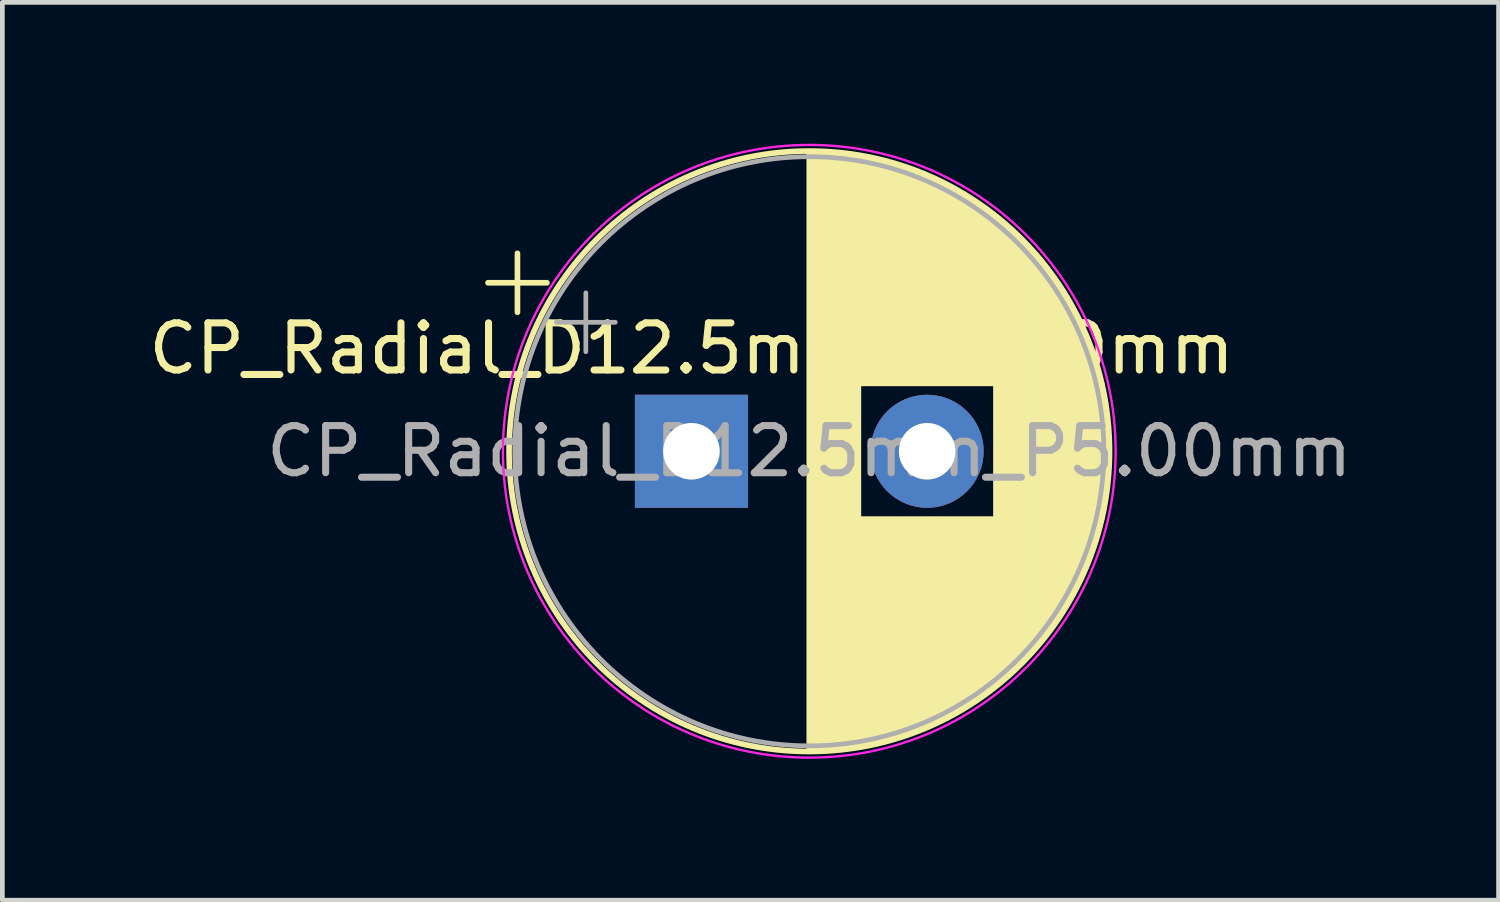
<source format=kicad_pcb>
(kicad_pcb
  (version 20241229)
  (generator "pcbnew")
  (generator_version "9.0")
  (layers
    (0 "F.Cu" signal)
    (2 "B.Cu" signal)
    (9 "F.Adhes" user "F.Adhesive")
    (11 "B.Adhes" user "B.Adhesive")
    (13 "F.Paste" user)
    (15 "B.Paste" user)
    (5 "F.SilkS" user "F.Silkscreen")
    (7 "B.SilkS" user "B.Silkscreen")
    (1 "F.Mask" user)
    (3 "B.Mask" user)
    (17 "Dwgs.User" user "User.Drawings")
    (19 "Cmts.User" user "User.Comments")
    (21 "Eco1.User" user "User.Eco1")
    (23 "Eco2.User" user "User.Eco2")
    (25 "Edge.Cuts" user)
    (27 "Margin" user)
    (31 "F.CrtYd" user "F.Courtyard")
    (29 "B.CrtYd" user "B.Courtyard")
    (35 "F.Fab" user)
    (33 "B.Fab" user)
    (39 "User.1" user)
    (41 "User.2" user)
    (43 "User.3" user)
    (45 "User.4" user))
  (footprint "CP_Radial_D12.5mm_P5.00mm"
    (layer "F.Cu")
    (at 11.621 6.525)
    (property "Reference" "CP_Radial_D12.5mm_P5.00mm" (at 0.004 -2.18 0) (layer "F.SilkS") (effects (font (size 1 1) (thickness 0.15))))
    (attr through_hole)
    (fp_line (start -4.317 -3.575) (end -3.067 -3.575) (stroke (width 0.12) (type solid)) (layer "F.SilkS"))
    (fp_line (start -3.692 -4.2) (end -3.692 -2.95) (stroke (width 0.12) (type solid)) (layer "F.SilkS"))
    (fp_line (start 2.5 -6.33) (end 2.5 6.33) (stroke (width 0.12) (type solid)) (layer "F.SilkS"))
    (fp_line (start 2.54 -6.33) (end 2.54 6.33) (stroke (width 0.12) (type solid)) (layer "F.SilkS"))
    (fp_line (start 2.58 -6.33) (end 2.58 6.33) (stroke (width 0.12) (type solid)) (layer "F.SilkS"))
    (fp_line (start 2.62 -6.329) (end 2.62 6.329) (stroke (width 0.12) (type solid)) (layer "F.SilkS"))
    (fp_line (start 2.66 -6.328) (end 2.66 6.328) (stroke (width 0.12) (type solid)) (layer "F.SilkS"))
    (fp_line (start 2.7 -6.327) (end 2.7 6.327) (stroke (width 0.12) (type solid)) (layer "F.SilkS"))
    (fp_line (start 2.74 -6.326) (end 2.74 6.326) (stroke (width 0.12) (type solid)) (layer "F.SilkS"))
    (fp_line (start 2.78 -6.324) (end 2.78 6.324) (stroke (width 0.12) (type solid)) (layer "F.SilkS"))
    (fp_line (start 2.82 -6.322) (end 2.82 6.322) (stroke (width 0.12) (type solid)) (layer "F.SilkS"))
    (fp_line (start 2.86 -6.32) (end 2.86 6.32) (stroke (width 0.12) (type solid)) (layer "F.SilkS"))
    (fp_line (start 2.9 -6.318) (end 2.9 6.318) (stroke (width 0.12) (type solid)) (layer "F.SilkS"))
    (fp_line (start 2.94 -6.315) (end 2.94 6.315) (stroke (width 0.12) (type solid)) (layer "F.SilkS"))
    (fp_line (start 2.98 -6.312) (end 2.98 6.312) (stroke (width 0.12) (type solid)) (layer "F.SilkS"))
    (fp_line (start 3.02 -6.309) (end 3.02 6.309) (stroke (width 0.12) (type solid)) (layer "F.SilkS"))
    (fp_line (start 3.06 -6.306) (end 3.06 6.306) (stroke (width 0.12) (type solid)) (layer "F.SilkS"))
    (fp_line (start 3.1 -6.302) (end 3.1 6.302) (stroke (width 0.12) (type solid)) (layer "F.SilkS"))
    (fp_line (start 3.14 -6.298) (end 3.14 6.298) (stroke (width 0.12) (type solid)) (layer "F.SilkS"))
    (fp_line (start 3.18 -6.294) (end 3.18 6.294) (stroke (width 0.12) (type solid)) (layer "F.SilkS"))
    (fp_line (start 3.221 -6.29) (end 3.221 6.29) (stroke (width 0.12) (type solid)) (layer "F.SilkS"))
    (fp_line (start 3.261 -6.285) (end 3.261 6.285) (stroke (width 0.12) (type solid)) (layer "F.SilkS"))
    (fp_line (start 3.301 -6.28) (end 3.301 6.28) (stroke (width 0.12) (type solid)) (layer "F.SilkS"))
    (fp_line (start 3.341 -6.275) (end 3.341 6.275) (stroke (width 0.12) (type solid)) (layer "F.SilkS"))
    (fp_line (start 3.381 -6.269) (end 3.381 6.269) (stroke (width 0.12) (type solid)) (layer "F.SilkS"))
    (fp_line (start 3.421 -6.264) (end 3.421 6.264) (stroke (width 0.12) (type solid)) (layer "F.SilkS"))
    (fp_line (start 3.461 -6.258) (end 3.461 6.258) (stroke (width 0.12) (type solid)) (layer "F.SilkS"))
    (fp_line (start 3.501 -6.252) (end 3.501 6.252) (stroke (width 0.12) (type solid)) (layer "F.SilkS"))
    (fp_line (start 3.541 -6.245) (end 3.541 6.245) (stroke (width 0.12) (type solid)) (layer "F.SilkS"))
    (fp_line (start 3.581 -6.238) (end 3.581 -1.44) (stroke (width 0.12) (type solid)) (layer "F.SilkS"))
    (fp_line (start 3.581 1.44) (end 3.581 6.238) (stroke (width 0.12) (type solid)) (layer "F.SilkS"))
    (fp_line (start 3.621 -6.231) (end 3.621 -1.44) (stroke (width 0.12) (type solid)) (layer "F.SilkS"))
    (fp_line (start 3.621 1.44) (end 3.621 6.231) (stroke (width 0.12) (type solid)) (layer "F.SilkS"))
    (fp_line (start 3.661 -6.224) (end 3.661 -1.44) (stroke (width 0.12) (type solid)) (layer "F.SilkS"))
    (fp_line (start 3.661 1.44) (end 3.661 6.224) (stroke (width 0.12) (type solid)) (layer "F.SilkS"))
    (fp_line (start 3.701 -6.216) (end 3.701 -1.44) (stroke (width 0.12) (type solid)) (layer "F.SilkS"))
    (fp_line (start 3.701 1.44) (end 3.701 6.216) (stroke (width 0.12) (type solid)) (layer "F.SilkS"))
    (fp_line (start 3.741 -6.209) (end 3.741 -1.44) (stroke (width 0.12) (type solid)) (layer "F.SilkS"))
    (fp_line (start 3.741 1.44) (end 3.741 6.209) (stroke (width 0.12) (type solid)) (layer "F.SilkS"))
    (fp_line (start 3.781 -6.201) (end 3.781 -1.44) (stroke (width 0.12) (type solid)) (layer "F.SilkS"))
    (fp_line (start 3.781 1.44) (end 3.781 6.201) (stroke (width 0.12) (type solid)) (layer "F.SilkS"))
    (fp_line (start 3.821 -6.192) (end 3.821 -1.44) (stroke (width 0.12) (type solid)) (layer "F.SilkS"))
    (fp_line (start 3.821 1.44) (end 3.821 6.192) (stroke (width 0.12) (type solid)) (layer "F.SilkS"))
    (fp_line (start 3.861 -6.184) (end 3.861 -1.44) (stroke (width 0.12) (type solid)) (layer "F.SilkS"))
    (fp_line (start 3.861 1.44) (end 3.861 6.184) (stroke (width 0.12) (type solid)) (layer "F.SilkS"))
    (fp_line (start 3.901 -6.175) (end 3.901 -1.44) (stroke (width 0.12) (type solid)) (layer "F.SilkS"))
    (fp_line (start 3.901 1.44) (end 3.901 6.175) (stroke (width 0.12) (type solid)) (layer "F.SilkS"))
    (fp_line (start 3.941 -6.166) (end 3.941 -1.44) (stroke (width 0.12) (type solid)) (layer "F.SilkS"))
    (fp_line (start 3.941 1.44) (end 3.941 6.166) (stroke (width 0.12) (type solid)) (layer "F.SilkS"))
    (fp_line (start 3.981 -6.156) (end 3.981 -1.44) (stroke (width 0.12) (type solid)) (layer "F.SilkS"))
    (fp_line (start 3.981 1.44) (end 3.981 6.156) (stroke (width 0.12) (type solid)) (layer "F.SilkS"))
    (fp_line (start 4.021 -6.146) (end 4.021 -1.44) (stroke (width 0.12) (type solid)) (layer "F.SilkS"))
    (fp_line (start 4.021 1.44) (end 4.021 6.146) (stroke (width 0.12) (type solid)) (layer "F.SilkS"))
    (fp_line (start 4.061 -6.137) (end 4.061 -1.44) (stroke (width 0.12) (type solid)) (layer "F.SilkS"))
    (fp_line (start 4.061 1.44) (end 4.061 6.137) (stroke (width 0.12) (type solid)) (layer "F.SilkS"))
    (fp_line (start 4.101 -6.126) (end 4.101 -1.44) (stroke (width 0.12) (type solid)) (layer "F.SilkS"))
    (fp_line (start 4.101 1.44) (end 4.101 6.126) (stroke (width 0.12) (type solid)) (layer "F.SilkS"))
    (fp_line (start 4.141 -6.116) (end 4.141 -1.44) (stroke (width 0.12) (type solid)) (layer "F.SilkS"))
    (fp_line (start 4.141 1.44) (end 4.141 6.116) (stroke (width 0.12) (type solid)) (layer "F.SilkS"))
    (fp_line (start 4.181 -6.105) (end 4.181 -1.44) (stroke (width 0.12) (type solid)) (layer "F.SilkS"))
    (fp_line (start 4.181 1.44) (end 4.181 6.105) (stroke (width 0.12) (type solid)) (layer "F.SilkS"))
    (fp_line (start 4.221 -6.094) (end 4.221 -1.44) (stroke (width 0.12) (type solid)) (layer "F.SilkS"))
    (fp_line (start 4.221 1.44) (end 4.221 6.094) (stroke (width 0.12) (type solid)) (layer "F.SilkS"))
    (fp_line (start 4.261 -6.083) (end 4.261 -1.44) (stroke (width 0.12) (type solid)) (layer "F.SilkS"))
    (fp_line (start 4.261 1.44) (end 4.261 6.083) (stroke (width 0.12) (type solid)) (layer "F.SilkS"))
    (fp_line (start 4.301 -6.071) (end 4.301 -1.44) (stroke (width 0.12) (type solid)) (layer "F.SilkS"))
    (fp_line (start 4.301 1.44) (end 4.301 6.071) (stroke (width 0.12) (type solid)) (layer "F.SilkS"))
    (fp_line (start 4.341 -6.059) (end 4.341 -1.44) (stroke (width 0.12) (type solid)) (layer "F.SilkS"))
    (fp_line (start 4.341 1.44) (end 4.341 6.059) (stroke (width 0.12) (type solid)) (layer "F.SilkS"))
    (fp_line (start 4.381 -6.047) (end 4.381 -1.44) (stroke (width 0.12) (type solid)) (layer "F.SilkS"))
    (fp_line (start 4.381 1.44) (end 4.381 6.047) (stroke (width 0.12) (type solid)) (layer "F.SilkS"))
    (fp_line (start 4.421 -6.034) (end 4.421 -1.44) (stroke (width 0.12) (type solid)) (layer "F.SilkS"))
    (fp_line (start 4.421 1.44) (end 4.421 6.034) (stroke (width 0.12) (type solid)) (layer "F.SilkS"))
    (fp_line (start 4.461 -6.021) (end 4.461 -1.44) (stroke (width 0.12) (type solid)) (layer "F.SilkS"))
    (fp_line (start 4.461 1.44) (end 4.461 6.021) (stroke (width 0.12) (type solid)) (layer "F.SilkS"))
    (fp_line (start 4.501 -6.008) (end 4.501 -1.44) (stroke (width 0.12) (type solid)) (layer "F.SilkS"))
    (fp_line (start 4.501 1.44) (end 4.501 6.008) (stroke (width 0.12) (type solid)) (layer "F.SilkS"))
    (fp_line (start 4.541 -5.995) (end 4.541 -1.44) (stroke (width 0.12) (type solid)) (layer "F.SilkS"))
    (fp_line (start 4.541 1.44) (end 4.541 5.995) (stroke (width 0.12) (type solid)) (layer "F.SilkS"))
    (fp_line (start 4.581 -5.981) (end 4.581 -1.44) (stroke (width 0.12) (type solid)) (layer "F.SilkS"))
    (fp_line (start 4.581 1.44) (end 4.581 5.981) (stroke (width 0.12) (type solid)) (layer "F.SilkS"))
    (fp_line (start 4.621 -5.967) (end 4.621 -1.44) (stroke (width 0.12) (type solid)) (layer "F.SilkS"))
    (fp_line (start 4.621 1.44) (end 4.621 5.967) (stroke (width 0.12) (type solid)) (layer "F.SilkS"))
    (fp_line (start 4.661 -5.953) (end 4.661 -1.44) (stroke (width 0.12) (type solid)) (layer "F.SilkS"))
    (fp_line (start 4.661 1.44) (end 4.661 5.953) (stroke (width 0.12) (type solid)) (layer "F.SilkS"))
    (fp_line (start 4.701 -5.939) (end 4.701 -1.44) (stroke (width 0.12) (type solid)) (layer "F.SilkS"))
    (fp_line (start 4.701 1.44) (end 4.701 5.939) (stroke (width 0.12) (type solid)) (layer "F.SilkS"))
    (fp_line (start 4.741 -5.924) (end 4.741 -1.44) (stroke (width 0.12) (type solid)) (layer "F.SilkS"))
    (fp_line (start 4.741 1.44) (end 4.741 5.924) (stroke (width 0.12) (type solid)) (layer "F.SilkS"))
    (fp_line (start 4.781 -5.908) (end 4.781 -1.44) (stroke (width 0.12) (type solid)) (layer "F.SilkS"))
    (fp_line (start 4.781 1.44) (end 4.781 5.908) (stroke (width 0.12) (type solid)) (layer "F.SilkS"))
    (fp_line (start 4.821 -5.893) (end 4.821 -1.44) (stroke (width 0.12) (type solid)) (layer "F.SilkS"))
    (fp_line (start 4.821 1.44) (end 4.821 5.893) (stroke (width 0.12) (type solid)) (layer "F.SilkS"))
    (fp_line (start 4.861 -5.877) (end 4.861 -1.44) (stroke (width 0.12) (type solid)) (layer "F.SilkS"))
    (fp_line (start 4.861 1.44) (end 4.861 5.877) (stroke (width 0.12) (type solid)) (layer "F.SilkS"))
    (fp_line (start 4.901 -5.861) (end 4.901 -1.44) (stroke (width 0.12) (type solid)) (layer "F.SilkS"))
    (fp_line (start 4.901 1.44) (end 4.901 5.861) (stroke (width 0.12) (type solid)) (layer "F.SilkS"))
    (fp_line (start 4.941 -5.845) (end 4.941 -1.44) (stroke (width 0.12) (type solid)) (layer "F.SilkS"))
    (fp_line (start 4.941 1.44) (end 4.941 5.845) (stroke (width 0.12) (type solid)) (layer "F.SilkS"))
    (fp_line (start 4.981 -5.828) (end 4.981 -1.44) (stroke (width 0.12) (type solid)) (layer "F.SilkS"))
    (fp_line (start 4.981 1.44) (end 4.981 5.828) (stroke (width 0.12) (type solid)) (layer "F.SilkS"))
    (fp_line (start 5.021 -5.811) (end 5.021 -1.44) (stroke (width 0.12) (type solid)) (layer "F.SilkS"))
    (fp_line (start 5.021 1.44) (end 5.021 5.811) (stroke (width 0.12) (type solid)) (layer "F.SilkS"))
    (fp_line (start 5.061 -5.793) (end 5.061 -1.44) (stroke (width 0.12) (type solid)) (layer "F.SilkS"))
    (fp_line (start 5.061 1.44) (end 5.061 5.793) (stroke (width 0.12) (type solid)) (layer "F.SilkS"))
    (fp_line (start 5.101 -5.776) (end 5.101 -1.44) (stroke (width 0.12) (type solid)) (layer "F.SilkS"))
    (fp_line (start 5.101 1.44) (end 5.101 5.776) (stroke (width 0.12) (type solid)) (layer "F.SilkS"))
    (fp_line (start 5.141 -5.758) (end 5.141 -1.44) (stroke (width 0.12) (type solid)) (layer "F.SilkS"))
    (fp_line (start 5.141 1.44) (end 5.141 5.758) (stroke (width 0.12) (type solid)) (layer "F.SilkS"))
    (fp_line (start 5.181 -5.739) (end 5.181 -1.44) (stroke (width 0.12) (type solid)) (layer "F.SilkS"))
    (fp_line (start 5.181 1.44) (end 5.181 5.739) (stroke (width 0.12) (type solid)) (layer "F.SilkS"))
    (fp_line (start 5.221 -5.721) (end 5.221 -1.44) (stroke (width 0.12) (type solid)) (layer "F.SilkS"))
    (fp_line (start 5.221 1.44) (end 5.221 5.721) (stroke (width 0.12) (type solid)) (layer "F.SilkS"))
    (fp_line (start 5.261 -5.702) (end 5.261 -1.44) (stroke (width 0.12) (type solid)) (layer "F.SilkS"))
    (fp_line (start 5.261 1.44) (end 5.261 5.702) (stroke (width 0.12) (type solid)) (layer "F.SilkS"))
    (fp_line (start 5.301 -5.682) (end 5.301 -1.44) (stroke (width 0.12) (type solid)) (layer "F.SilkS"))
    (fp_line (start 5.301 1.44) (end 5.301 5.682) (stroke (width 0.12) (type solid)) (layer "F.SilkS"))
    (fp_line (start 5.341 -5.662) (end 5.341 -1.44) (stroke (width 0.12) (type solid)) (layer "F.SilkS"))
    (fp_line (start 5.341 1.44) (end 5.341 5.662) (stroke (width 0.12) (type solid)) (layer "F.SilkS"))
    (fp_line (start 5.381 -5.642) (end 5.381 -1.44) (stroke (width 0.12) (type solid)) (layer "F.SilkS"))
    (fp_line (start 5.381 1.44) (end 5.381 5.642) (stroke (width 0.12) (type solid)) (layer "F.SilkS"))
    (fp_line (start 5.421 -5.622) (end 5.421 -1.44) (stroke (width 0.12) (type solid)) (layer "F.SilkS"))
    (fp_line (start 5.421 1.44) (end 5.421 5.622) (stroke (width 0.12) (type solid)) (layer "F.SilkS"))
    (fp_line (start 5.461 -5.601) (end 5.461 -1.44) (stroke (width 0.12) (type solid)) (layer "F.SilkS"))
    (fp_line (start 5.461 1.44) (end 5.461 5.601) (stroke (width 0.12) (type solid)) (layer "F.SilkS"))
    (fp_line (start 5.501 -5.58) (end 5.501 -1.44) (stroke (width 0.12) (type solid)) (layer "F.SilkS"))
    (fp_line (start 5.501 1.44) (end 5.501 5.58) (stroke (width 0.12) (type solid)) (layer "F.SilkS"))
    (fp_line (start 5.541 -5.558) (end 5.541 -1.44) (stroke (width 0.12) (type solid)) (layer "F.SilkS"))
    (fp_line (start 5.541 1.44) (end 5.541 5.558) (stroke (width 0.12) (type solid)) (layer "F.SilkS"))
    (fp_line (start 5.581 -5.536) (end 5.581 -1.44) (stroke (width 0.12) (type solid)) (layer "F.SilkS"))
    (fp_line (start 5.581 1.44) (end 5.581 5.536) (stroke (width 0.12) (type solid)) (layer "F.SilkS"))
    (fp_line (start 5.621 -5.514) (end 5.621 -1.44) (stroke (width 0.12) (type solid)) (layer "F.SilkS"))
    (fp_line (start 5.621 1.44) (end 5.621 5.514) (stroke (width 0.12) (type solid)) (layer "F.SilkS"))
    (fp_line (start 5.661 -5.491) (end 5.661 -1.44) (stroke (width 0.12) (type solid)) (layer "F.SilkS"))
    (fp_line (start 5.661 1.44) (end 5.661 5.491) (stroke (width 0.12) (type solid)) (layer "F.SilkS"))
    (fp_line (start 5.701 -5.468) (end 5.701 -1.44) (stroke (width 0.12) (type solid)) (layer "F.SilkS"))
    (fp_line (start 5.701 1.44) (end 5.701 5.468) (stroke (width 0.12) (type solid)) (layer "F.SilkS"))
    (fp_line (start 5.741 -5.445) (end 5.741 -1.44) (stroke (width 0.12) (type solid)) (layer "F.SilkS"))
    (fp_line (start 5.741 1.44) (end 5.741 5.445) (stroke (width 0.12) (type solid)) (layer "F.SilkS"))
    (fp_line (start 5.781 -5.421) (end 5.781 -1.44) (stroke (width 0.12) (type solid)) (layer "F.SilkS"))
    (fp_line (start 5.781 1.44) (end 5.781 5.421) (stroke (width 0.12) (type solid)) (layer "F.SilkS"))
    (fp_line (start 5.821 -5.397) (end 5.821 -1.44) (stroke (width 0.12) (type solid)) (layer "F.SilkS"))
    (fp_line (start 5.821 1.44) (end 5.821 5.397) (stroke (width 0.12) (type solid)) (layer "F.SilkS"))
    (fp_line (start 5.861 -5.372) (end 5.861 -1.44) (stroke (width 0.12) (type solid)) (layer "F.SilkS"))
    (fp_line (start 5.861 1.44) (end 5.861 5.372) (stroke (width 0.12) (type solid)) (layer "F.SilkS"))
    (fp_line (start 5.901 -5.347) (end 5.901 -1.44) (stroke (width 0.12) (type solid)) (layer "F.SilkS"))
    (fp_line (start 5.901 1.44) (end 5.901 5.347) (stroke (width 0.12) (type solid)) (layer "F.SilkS"))
    (fp_line (start 5.941 -5.322) (end 5.941 -1.44) (stroke (width 0.12) (type solid)) (layer "F.SilkS"))
    (fp_line (start 5.941 1.44) (end 5.941 5.322) (stroke (width 0.12) (type solid)) (layer "F.SilkS"))
    (fp_line (start 5.981 -5.296) (end 5.981 -1.44) (stroke (width 0.12) (type solid)) (layer "F.SilkS"))
    (fp_line (start 5.981 1.44) (end 5.981 5.296) (stroke (width 0.12) (type solid)) (layer "F.SilkS"))
    (fp_line (start 6.021 -5.27) (end 6.021 -1.44) (stroke (width 0.12) (type solid)) (layer "F.SilkS"))
    (fp_line (start 6.021 1.44) (end 6.021 5.27) (stroke (width 0.12) (type solid)) (layer "F.SilkS"))
    (fp_line (start 6.061 -5.243) (end 6.061 -1.44) (stroke (width 0.12) (type solid)) (layer "F.SilkS"))
    (fp_line (start 6.061 1.44) (end 6.061 5.243) (stroke (width 0.12) (type solid)) (layer "F.SilkS"))
    (fp_line (start 6.101 -5.216) (end 6.101 -1.44) (stroke (width 0.12) (type solid)) (layer "F.SilkS"))
    (fp_line (start 6.101 1.44) (end 6.101 5.216) (stroke (width 0.12) (type solid)) (layer "F.SilkS"))
    (fp_line (start 6.141 -5.188) (end 6.141 -1.44) (stroke (width 0.12) (type solid)) (layer "F.SilkS"))
    (fp_line (start 6.141 1.44) (end 6.141 5.188) (stroke (width 0.12) (type solid)) (layer "F.SilkS"))
    (fp_line (start 6.181 -5.16) (end 6.181 -1.44) (stroke (width 0.12) (type solid)) (layer "F.SilkS"))
    (fp_line (start 6.181 1.44) (end 6.181 5.16) (stroke (width 0.12) (type solid)) (layer "F.SilkS"))
    (fp_line (start 6.221 -5.131) (end 6.221 -1.44) (stroke (width 0.12) (type solid)) (layer "F.SilkS"))
    (fp_line (start 6.221 1.44) (end 6.221 5.131) (stroke (width 0.12) (type solid)) (layer "F.SilkS"))
    (fp_line (start 6.261 -5.102) (end 6.261 -1.44) (stroke (width 0.12) (type solid)) (layer "F.SilkS"))
    (fp_line (start 6.261 1.44) (end 6.261 5.102) (stroke (width 0.12) (type solid)) (layer "F.SilkS"))
    (fp_line (start 6.301 -5.073) (end 6.301 -1.44) (stroke (width 0.12) (type solid)) (layer "F.SilkS"))
    (fp_line (start 6.301 1.44) (end 6.301 5.073) (stroke (width 0.12) (type solid)) (layer "F.SilkS"))
    (fp_line (start 6.341 -5.043) (end 6.341 -1.44) (stroke (width 0.12) (type solid)) (layer "F.SilkS"))
    (fp_line (start 6.341 1.44) (end 6.341 5.043) (stroke (width 0.12) (type solid)) (layer "F.SilkS"))
    (fp_line (start 6.381 -5.012) (end 6.381 -1.44) (stroke (width 0.12) (type solid)) (layer "F.SilkS"))
    (fp_line (start 6.381 1.44) (end 6.381 5.012) (stroke (width 0.12) (type solid)) (layer "F.SilkS"))
    (fp_line (start 6.421 -4.982) (end 6.421 -1.44) (stroke (width 0.12) (type solid)) (layer "F.SilkS"))
    (fp_line (start 6.421 1.44) (end 6.421 4.982) (stroke (width 0.12) (type solid)) (layer "F.SilkS"))
    (fp_line (start 6.461 -4.95) (end 6.461 4.95) (stroke (width 0.12) (type solid)) (layer "F.SilkS"))
    (fp_line (start 6.501 -4.918) (end 6.501 4.918) (stroke (width 0.12) (type solid)) (layer "F.SilkS"))
    (fp_line (start 6.541 -4.885) (end 6.541 4.885) (stroke (width 0.12) (type solid)) (layer "F.SilkS"))
    (fp_line (start 6.581 -4.852) (end 6.581 4.852) (stroke (width 0.12) (type solid)) (layer "F.SilkS"))
    (fp_line (start 6.621 -4.819) (end 6.621 4.819) (stroke (width 0.12) (type solid)) (layer "F.SilkS"))
    (fp_line (start 6.661 -4.785) (end 6.661 4.785) (stroke (width 0.12) (type solid)) (layer "F.SilkS"))
    (fp_line (start 6.701 -4.75) (end 6.701 4.75) (stroke (width 0.12) (type solid)) (layer "F.SilkS"))
    (fp_line (start 6.741 -4.714) (end 6.741 4.714) (stroke (width 0.12) (type solid)) (layer "F.SilkS"))
    (fp_line (start 6.781 -4.678) (end 6.781 4.678) (stroke (width 0.12) (type solid)) (layer "F.SilkS"))
    (fp_line (start 6.821 -4.642) (end 6.821 4.642) (stroke (width 0.12) (type solid)) (layer "F.SilkS"))
    (fp_line (start 6.861 -4.605) (end 6.861 4.605) (stroke (width 0.12) (type solid)) (layer "F.SilkS"))
    (fp_line (start 6.901 -4.567) (end 6.901 4.567) (stroke (width 0.12) (type solid)) (layer "F.SilkS"))
    (fp_line (start 6.941 -4.528) (end 6.941 4.528) (stroke (width 0.12) (type solid)) (layer "F.SilkS"))
    (fp_line (start 6.981 -4.489) (end 6.981 4.489) (stroke (width 0.12) (type solid)) (layer "F.SilkS"))
    (fp_line (start 7.021 -4.449) (end 7.021 4.449) (stroke (width 0.12) (type solid)) (layer "F.SilkS"))
    (fp_line (start 7.061 -4.408) (end 7.061 4.408) (stroke (width 0.12) (type solid)) (layer "F.SilkS"))
    (fp_line (start 7.101 -4.367) (end 7.101 4.367) (stroke (width 0.12) (type solid)) (layer "F.SilkS"))
    (fp_line (start 7.141 -4.325) (end 7.141 4.325) (stroke (width 0.12) (type solid)) (layer "F.SilkS"))
    (fp_line (start 7.181 -4.282) (end 7.181 4.282) (stroke (width 0.12) (type solid)) (layer "F.SilkS"))
    (fp_line (start 7.221 -4.238) (end 7.221 4.238) (stroke (width 0.12) (type solid)) (layer "F.SilkS"))
    (fp_line (start 7.261 -4.194) (end 7.261 4.194) (stroke (width 0.12) (type solid)) (layer "F.SilkS"))
    (fp_line (start 7.301 -4.148) (end 7.301 4.148) (stroke (width 0.12) (type solid)) (layer "F.SilkS"))
    (fp_line (start 7.341 -4.102) (end 7.341 4.102) (stroke (width 0.12) (type solid)) (layer "F.SilkS"))
    (fp_line (start 7.381 -4.055) (end 7.381 4.055) (stroke (width 0.12) (type solid)) (layer "F.SilkS"))
    (fp_line (start 7.421 -4.007) (end 7.421 4.007) (stroke (width 0.12) (type solid)) (layer "F.SilkS"))
    (fp_line (start 7.461 -3.957) (end 7.461 3.957) (stroke (width 0.12) (type solid)) (layer "F.SilkS"))
    (fp_line (start 7.501 -3.907) (end 7.501 3.907) (stroke (width 0.12) (type solid)) (layer "F.SilkS"))
    (fp_line (start 7.541 -3.856) (end 7.541 3.856) (stroke (width 0.12) (type solid)) (layer "F.SilkS"))
    (fp_line (start 7.581 -3.804) (end 7.581 3.804) (stroke (width 0.12) (type solid)) (layer "F.SilkS"))
    (fp_line (start 7.621 -3.75) (end 7.621 3.75) (stroke (width 0.12) (type solid)) (layer "F.SilkS"))
    (fp_line (start 7.661 -3.696) (end 7.661 3.696) (stroke (width 0.12) (type solid)) (layer "F.SilkS"))
    (fp_line (start 7.701 -3.64) (end 7.701 3.64) (stroke (width 0.12) (type solid)) (layer "F.SilkS"))
    (fp_line (start 7.741 -3.583) (end 7.741 3.583) (stroke (width 0.12) (type solid)) (layer "F.SilkS"))
    (fp_line (start 7.781 -3.524) (end 7.781 3.524) (stroke (width 0.12) (type solid)) (layer "F.SilkS"))
    (fp_line (start 7.821 -3.464) (end 7.821 3.464) (stroke (width 0.12) (type solid)) (layer "F.SilkS"))
    (fp_line (start 7.861 -3.402) (end 7.861 3.402) (stroke (width 0.12) (type solid)) (layer "F.SilkS"))
    (fp_line (start 7.901 -3.339) (end 7.901 3.339) (stroke (width 0.12) (type solid)) (layer "F.SilkS"))
    (fp_line (start 7.941 -3.275) (end 7.941 3.275) (stroke (width 0.12) (type solid)) (layer "F.SilkS"))
    (fp_line (start 7.981 -3.208) (end 7.981 3.208) (stroke (width 0.12) (type solid)) (layer "F.SilkS"))
    (fp_line (start 8.021 -3.14) (end 8.021 3.14) (stroke (width 0.12) (type solid)) (layer "F.SilkS"))
    (fp_line (start 8.061 -3.069) (end 8.061 3.069) (stroke (width 0.12) (type solid)) (layer "F.SilkS"))
    (fp_line (start 8.101 -2.996) (end 8.101 2.996) (stroke (width 0.12) (type solid)) (layer "F.SilkS"))
    (fp_line (start 8.141 -2.921) (end 8.141 2.921) (stroke (width 0.12) (type solid)) (layer "F.SilkS"))
    (fp_line (start 8.181 -2.844) (end 8.181 2.844) (stroke (width 0.12) (type solid)) (layer "F.SilkS"))
    (fp_line (start 8.221 -2.764) (end 8.221 2.764) (stroke (width 0.12) (type solid)) (layer "F.SilkS"))
    (fp_line (start 8.261 -2.681) (end 8.261 2.681) (stroke (width 0.12) (type solid)) (layer "F.SilkS"))
    (fp_line (start 8.301 -2.594) (end 8.301 2.594) (stroke (width 0.12) (type solid)) (layer "F.SilkS"))
    (fp_line (start 8.341 -2.504) (end 8.341 2.504) (stroke (width 0.12) (type solid)) (layer "F.SilkS"))
    (fp_line (start 8.381 -2.41) (end 8.381 2.41) (stroke (width 0.12) (type solid)) (layer "F.SilkS"))
    (fp_line (start 8.421 -2.312) (end 8.421 2.312) (stroke (width 0.12) (type solid)) (layer "F.SilkS"))
    (fp_line (start 8.461 -2.209) (end 8.461 2.209) (stroke (width 0.12) (type solid)) (layer "F.SilkS"))
    (fp_line (start 8.501 -2.1) (end 8.501 2.1) (stroke (width 0.12) (type solid)) (layer "F.SilkS"))
    (fp_line (start 8.541 -1.984) (end 8.541 1.984) (stroke (width 0.12) (type solid)) (layer "F.SilkS"))
    (fp_line (start 8.581 -1.861) (end 8.581 1.861) (stroke (width 0.12) (type solid)) (layer "F.SilkS"))
    (fp_line (start 8.621 -1.728) (end 8.621 1.728) (stroke (width 0.12) (type solid)) (layer "F.SilkS"))
    (fp_line (start 8.661 -1.583) (end 8.661 1.583) (stroke (width 0.12) (type solid)) (layer "F.SilkS"))
    (fp_line (start 8.701 -1.422) (end 8.701 1.422) (stroke (width 0.12) (type solid)) (layer "F.SilkS"))
    (fp_line (start 8.741 -1.241) (end 8.741 1.241) (stroke (width 0.12) (type solid)) (layer "F.SilkS"))
    (fp_line (start 8.781 -1.028) (end 8.781 1.028) (stroke (width 0.12) (type solid)) (layer "F.SilkS"))
    (fp_line (start 8.821 -0.757) (end 8.821 0.757) (stroke (width 0.12) (type solid)) (layer "F.SilkS"))
    (fp_line (start 8.861 -0.317) (end 8.861 0.317) (stroke (width 0.12) (type solid)) (layer "F.SilkS"))
    (fp_circle (center 2.5 0) (end 8.87 0) (stroke (width 0.12) (type solid)) (fill no) (layer "F.SilkS"))
    (fp_circle (center 2.5 0) (end 9 0) (stroke (width 0.05) (type solid)) (fill no) (layer "F.CrtYd"))
    (fp_line (start -2.866 -2.737) (end -1.616 -2.737) (stroke (width 0.1) (type solid)) (layer "F.Fab"))
    (fp_line (start -2.241 -3.362) (end -2.241 -2.112) (stroke (width 0.1) (type solid)) (layer "F.Fab"))
    (fp_circle (center 2.5 0) (end 8.75 0) (stroke (width 0.1) (type solid)) (fill no) (layer "F.Fab"))
    (fp_text user "${REFERENCE}" (at 2.5 0 0) (layer "F.Fab") (effects (font (size 1 1) (thickness 0.15))))
    (pad "1" thru_hole rect (at 0 0) (size 2.4 2.4) (drill 1.2) (layers "*.Cu" "*.Mask"))
    (pad "2" thru_hole circle (at 5 0) (size 2.4 2.4) (drill 1.2) (layers "*.Cu" "*.Mask")))
  (gr_rect
    (start -3 -3)
    (end 28.746 16.05)
    (stroke (width 0.1) (type default))
    (fill no)
    (layer "Edge.Cuts")))
</source>
